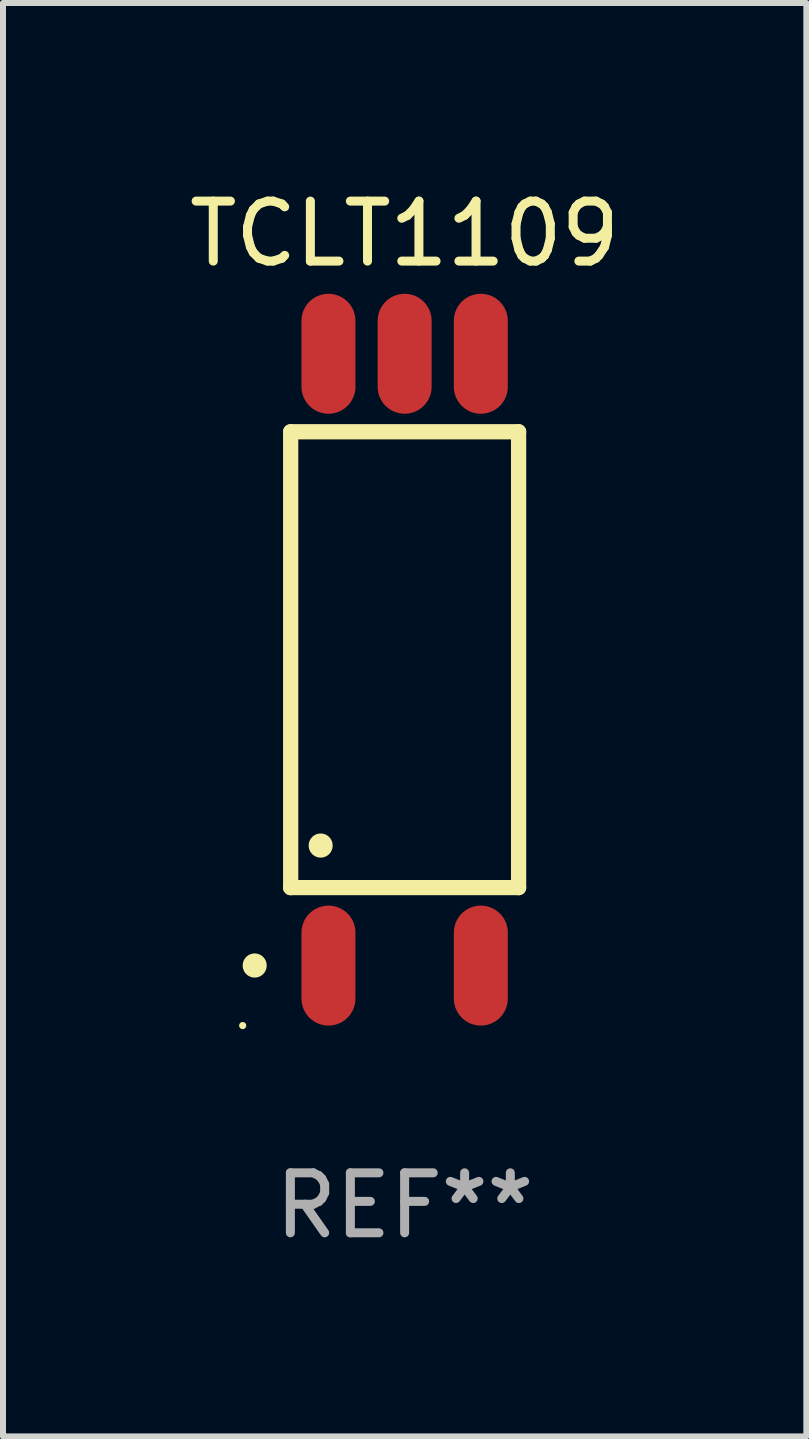
<source format=kicad_pcb>
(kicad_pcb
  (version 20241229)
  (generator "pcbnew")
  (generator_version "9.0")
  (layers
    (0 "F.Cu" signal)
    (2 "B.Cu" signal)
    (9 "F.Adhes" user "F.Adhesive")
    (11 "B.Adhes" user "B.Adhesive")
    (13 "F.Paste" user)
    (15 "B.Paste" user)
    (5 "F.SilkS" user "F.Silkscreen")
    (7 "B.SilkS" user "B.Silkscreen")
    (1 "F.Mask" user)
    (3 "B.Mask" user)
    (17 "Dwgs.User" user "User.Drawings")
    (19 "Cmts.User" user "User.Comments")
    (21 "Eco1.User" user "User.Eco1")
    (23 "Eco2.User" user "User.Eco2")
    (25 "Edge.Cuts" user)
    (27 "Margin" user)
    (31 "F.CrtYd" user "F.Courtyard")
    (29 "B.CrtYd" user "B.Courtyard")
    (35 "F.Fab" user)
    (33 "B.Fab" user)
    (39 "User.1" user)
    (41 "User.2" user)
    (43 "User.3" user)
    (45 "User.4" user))
  (footprint "TCLT1109"
    (layer "F.Cu")
    (at 3.696 7.948)
    (property "Reference" "TCLT1109" (at 0 -7.1 0) (layer "F.SilkS") (effects (font (size 1 1) (thickness 0.15))))
    (attr through_hole)
    (fp_line (start -1.9 -3.8) (end 1.9 -3.8) (stroke (width 0.254) (type solid)) (layer "F.SilkS"))
    (fp_line (start -1.9 3.8) (end -1.9 -3.8) (stroke (width 0.254) (type solid)) (layer "F.SilkS"))
    (fp_line (start 1.9 -3.8) (end 1.9 3.8) (stroke (width 0.254) (type solid)) (layer "F.SilkS"))
    (fp_line (start 1.9 3.8) (end -1.9 3.8) (stroke (width 0.254) (type solid)) (layer "F.SilkS"))
    (fp_arc (start -2.5 5.100025) (mid -2.500005 5.098755) (end -2.5 5.097485) (stroke (width 0.4) (type solid)) (layer "F.SilkS"))
    (fp_arc (start -1.4 3.1) (mid -1.400004 3.09873) (end -1.4 3.09746) (stroke (width 0.4) (type solid)) (layer "F.SilkS"))
    (fp_circle (center -2.7 6.1) (end -2.67 6.1) (stroke (width 0.06) (type solid)) (fill no) (layer "F.SilkS"))
    (fp_text user "REF**" (at 0 9.1 0) (layer "F.Fab") (effects (font (size 1 1) (thickness 0.15))))
    (pad "1" smd oval (at -1.27 5.1 180) (size 0.9 2) (layers "F.Cu" "F.Mask" "F.Paste"))
    (pad "2" smd oval (at 1.27 5.1 180) (size 0.9 2) (layers "F.Cu" "F.Mask" "F.Paste"))
    (pad "3" smd oval (at 1.27 -5.1 180) (size 0.9 2) (layers "F.Cu" "F.Mask" "F.Paste"))
    (pad "4" smd oval (at 0 -5.1 180) (size 0.9 2) (layers "F.Cu" "F.Mask" "F.Paste"))
    (pad "5" smd oval (at -1.27 -5.1 180) (size 0.9 2) (layers "F.Cu" "F.Mask" "F.Paste")))
  (gr_rect
    (start -3 -3)
    (end 10.393 20.897)
    (stroke (width 0.1) (type default))
    (fill no)
    (layer "Edge.Cuts")))
</source>
